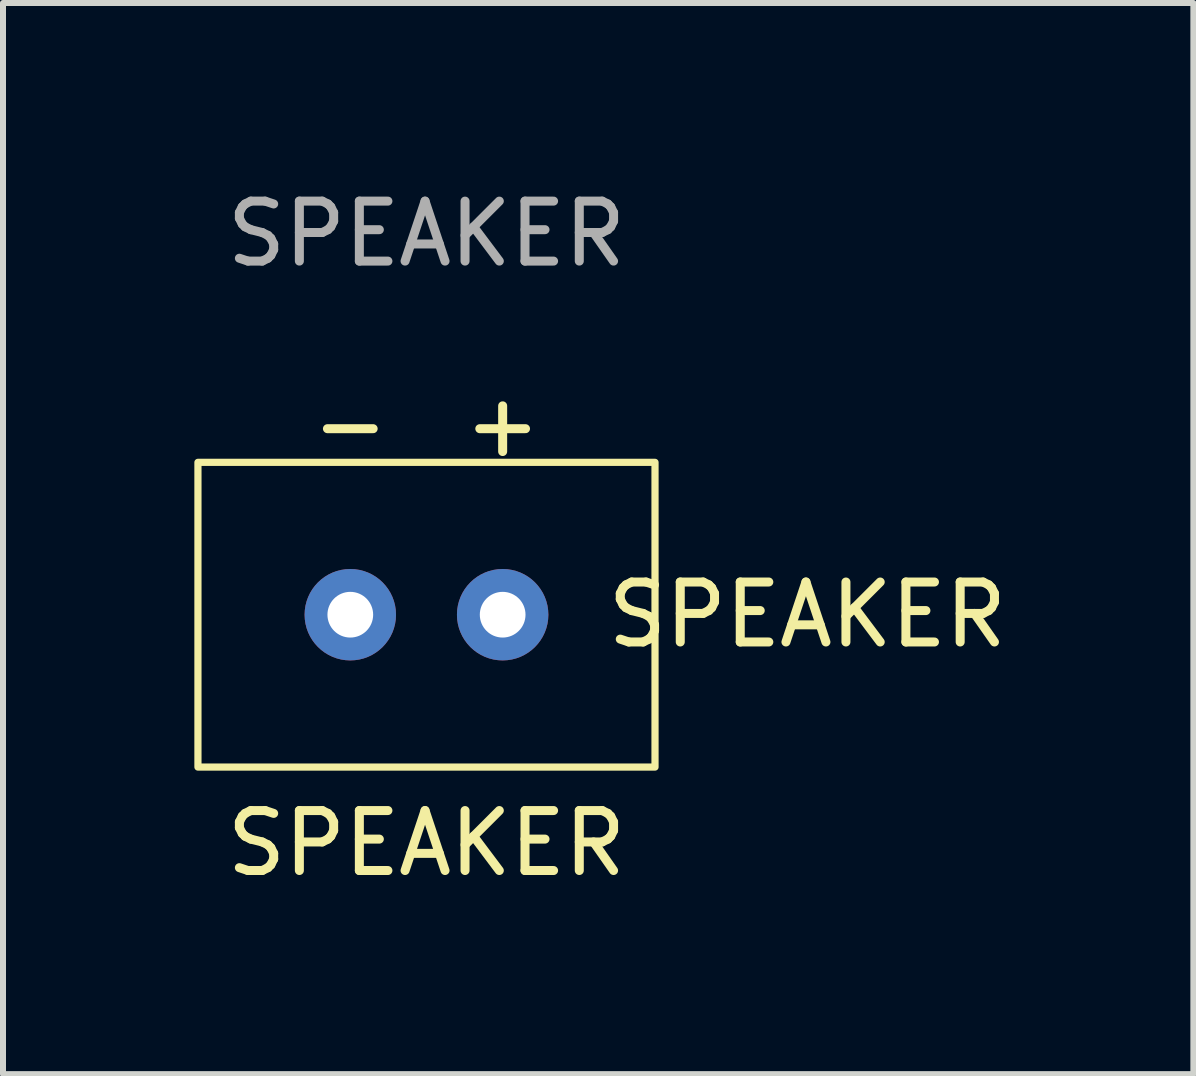
<source format=kicad_pcb>
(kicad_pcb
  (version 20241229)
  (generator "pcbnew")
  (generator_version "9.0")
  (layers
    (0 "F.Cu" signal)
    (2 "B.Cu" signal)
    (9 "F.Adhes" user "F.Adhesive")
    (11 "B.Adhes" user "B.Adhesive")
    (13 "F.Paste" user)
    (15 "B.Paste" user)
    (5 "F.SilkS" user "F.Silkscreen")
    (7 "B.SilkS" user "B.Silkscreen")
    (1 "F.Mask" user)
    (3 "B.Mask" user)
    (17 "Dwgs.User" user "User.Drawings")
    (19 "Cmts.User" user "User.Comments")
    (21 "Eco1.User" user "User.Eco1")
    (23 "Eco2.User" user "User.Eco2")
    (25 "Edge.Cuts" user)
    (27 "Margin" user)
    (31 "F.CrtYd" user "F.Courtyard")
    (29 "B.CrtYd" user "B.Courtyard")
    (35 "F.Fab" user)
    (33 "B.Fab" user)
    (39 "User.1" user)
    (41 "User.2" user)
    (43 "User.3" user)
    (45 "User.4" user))
  (footprint "SPEAKER"
    (layer "F.Cu")
    (at 0.25 4.658)
    (property "Reference" "SPEAKER" (at 10.16 2.54 0) (unlocked yes) (layer "F.SilkS") (effects (font (size 1 1) (thickness 0.15))))
    (attr through_hole)
    (fp_rect (start 0 0) (end 7.62 5.08) (stroke (width 0.12) (type solid)) (fill no) (layer "F.SilkS"))
    (fp_text user "+" (at 5.08 -0.635 0) (unlocked yes) (layer "F.SilkS") (effects (font (size 1 1) (thickness 0.15))))
    (fp_text user "-" (at 2.54 -0.635 0) (unlocked yes) (layer "F.SilkS") (effects (font (size 1 1) (thickness 0.15))))
    (fp_text user "SPEAKER" (at 3.81 6.35 0) (unlocked yes) (layer "F.SilkS") (effects (font (size 1 1) (thickness 0.15))))
    (fp_text user "${REFERENCE}" (at 3.81 -3.81 0) (unlocked yes) (layer "F.Fab") (effects (font (size 1 1) (thickness 0.15))))
    (pad "1" thru_hole circle (at 2.54 2.54) (size 1.524 1.524) (drill 0.762) (layers "*.Cu" "*.Mask"))
    (pad "2" thru_hole circle (at 5.08 2.54) (size 1.524 1.524) (drill 0.762) (layers "*.Cu" "*.Mask")))
  (gr_rect
    (start -3 -3)
    (end 16.845 14.857)
    (stroke (width 0.1) (type default))
    (fill no)
    (layer "Edge.Cuts")))
</source>
